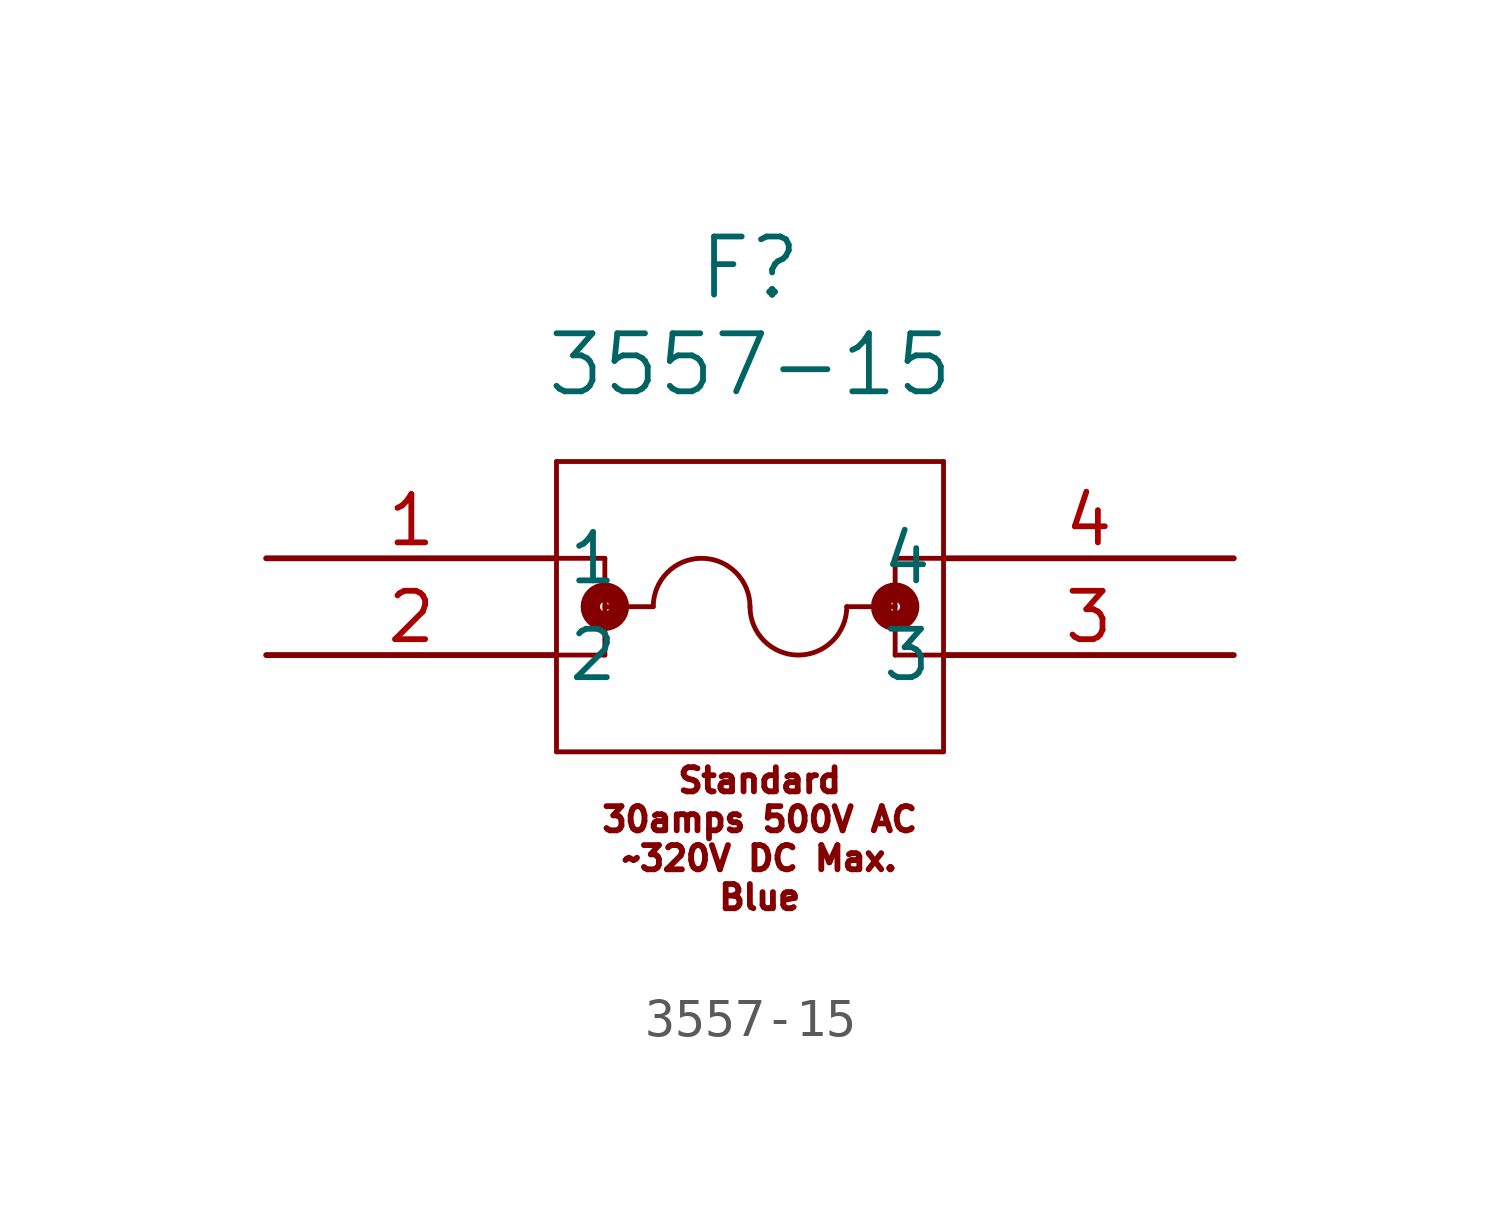
<source format=kicad_sym>
(kicad_symbol_lib
  (version 20241209)
  (generator "kicad_symbol_editor")
  (generator_version "9.0")
  (symbol "3557-15"
    (pin_names
      (offset 0.254))
    (property "Reference" "F"
      (at 12.7 7.62 0)
      (effects (font (size 1.524 1.524))))
    (property "Value" "3557-15"
      (at 12.7 5.08 0)
      (effects (font (size 1.524 1.524))))
    (property "ki_locked" ""
      (at 0 0 0)
      (effects (font (size 1.27 1.27))))
    (symbol "3557-15_0_1"
      (polyline (pts (xy 7.62 2.54) (xy 7.62 -5.08)) (stroke (width 0.127) (type default)) (fill (type none)))
      (polyline (pts (xy 7.62 0) (xy 8.89 0)) (stroke (width 0.127) (type default)) (fill (type none)))
      (polyline (pts (xy 7.62 -5.08) (xy 17.78 -5.08)) (stroke (width 0.127) (type default)) (fill (type none)))
      (polyline (pts (xy 8.89 0) (xy 8.89 -2.54)) (stroke (width 0.127) (type default)) (fill (type none)))
      (polyline (pts (xy 8.89 -1.27) (xy 10.16 -1.27)) (stroke (width 0.127) (type default)) (fill (type none)))
      (circle (center 8.89 -1.27) (radius 0.127) (stroke (width 0.508) (type default)) (fill (type none)))
      (polyline (pts (xy 8.89 -2.54) (xy 7.62 -2.54)) (stroke (width 0.127) (type default)) (fill (type none)))
      (arc (start 10.16 -1.27) (mid 11.43 -0.0055) (end 12.7 -1.27) (stroke (width 0.127) (type default)) (fill (type none)))
      (arc (start 15.24 -1.27) (mid 13.97 -2.5344) (end 12.7 -1.27) (stroke (width 0.127) (type default)) (fill (type none)))
      (polyline (pts (xy 15.24 -1.27) (xy 16.51 -1.27)) (stroke (width 0.127) (type default)) (fill (type none)))
      (polyline (pts (xy 16.51 0) (xy 16.51 -2.54)) (stroke (width 0.127) (type default)) (fill (type none)))
      (polyline (pts (xy 16.51 0) (xy 17.78 0)) (stroke (width 0.127) (type default)) (fill (type none)))
      (circle (center 16.51 -1.27) (radius 0.127) (stroke (width 0.508) (type default)) (fill (type none)))
      (polyline (pts (xy 16.51 -2.54) (xy 17.78 -2.54)) (stroke (width 0.127) (type default)) (fill (type none)))
      (polyline (pts (xy 17.78 2.54) (xy 7.62 2.54)) (stroke (width 0.127) (type default)) (fill (type none)))
      (polyline (pts (xy 17.78 -5.08) (xy 17.78 2.54)) (stroke (width 0.127) (type default)) (fill (type none)))
      (pin unspecified line (at 0 0 0) (length 7.62) (name "1" (effects (font (size 1.27 1.27)))) (number "1" (effects (font (size 1.27 1.27)))))
      (pin unspecified line (at 0 -2.54 0) (length 7.62) (name "2" (effects (font (size 1.27 1.27)))) (number "2" (effects (font (size 1.27 1.27)))))
      (pin unspecified line (at 25.4 0 180) (length 7.62) (name "4" (effects (font (size 1.27 1.27)))) (number "4" (effects (font (size 1.27 1.27)))))
      (pin unspecified line (at 25.4 -2.54 180) (length 7.62) (name "3" (effects (font (size 1.27 1.27)))) (number "3" (effects (font (size 1.27 1.27))))))
    (symbol "3557-15_1_1"
      (text "Standard\n30amps 500V AC\n~320V DC Max.\nBlue" (at 12.954 -7.366 0) (effects (font (size 0.635 0.635)))))))
</source>
